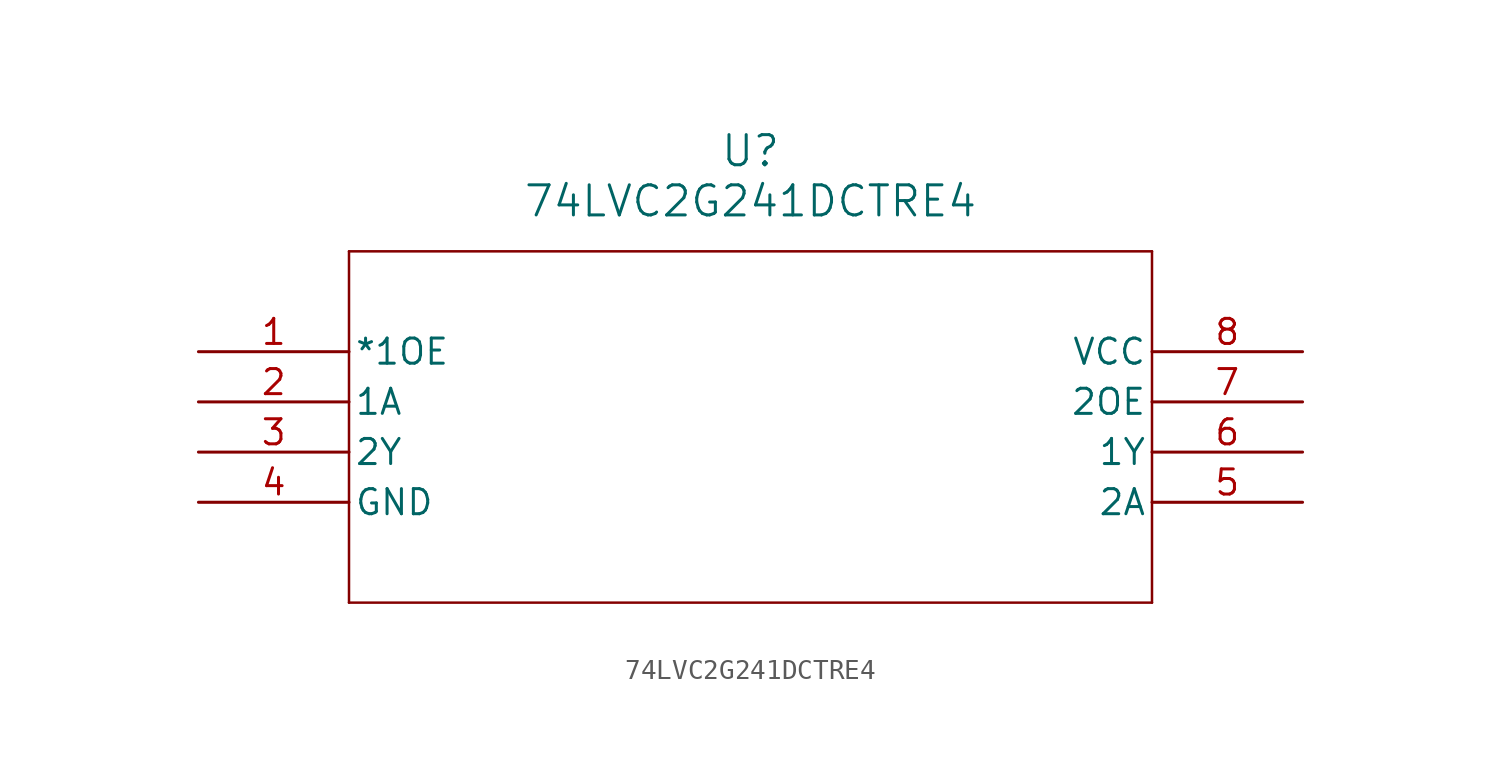
<source format=kicad_sym>
(kicad_symbol_lib
  (version 20211014)
  (generator kicad_symbol_editor)
  (symbol "74LVC2G241DCTRE4"
    (pin_names
      (offset 0.254))
    (property "Reference" "U"
      (at 27.94 10.16 0)
      (effects (font (size 1.524 1.524))))
    (property "Value" "74LVC2G241DCTRE4"
      (at 27.94 7.62 0)
      (effects (font (size 1.524 1.524))))
    (symbol "74LVC2G241DCTRE4_0_1"
      (polyline (pts (xy 7.62 5.08) (xy 7.62 -12.7)) (stroke (width 0.127) (type default) (color 0 0 0 0)) (fill (type none)))
      (polyline (pts (xy 7.62 -12.7) (xy 48.26 -12.7)) (stroke (width 0.127) (type default) (color 0 0 0 0)) (fill (type none)))
      (polyline (pts (xy 48.26 -12.7) (xy 48.26 5.08)) (stroke (width 0.127) (type default) (color 0 0 0 0)) (fill (type none)))
      (polyline (pts (xy 48.26 5.08) (xy 7.62 5.08)) (stroke (width 0.127) (type default) (color 0 0 0 0)) (fill (type none)))
      (pin input line (at 0 0 0) (length 7.62) (name "*1OE" (effects (font (size 1.27 1.27)))) (number "1" (effects (font (size 1.27 1.27)))))
      (pin input line (at 0 -2.54 0) (length 7.62) (name "1A" (effects (font (size 1.27 1.27)))) (number "2" (effects (font (size 1.27 1.27)))))
      (pin output line (at 0 -5.08 0) (length 7.62) (name "2Y" (effects (font (size 1.27 1.27)))) (number "3" (effects (font (size 1.27 1.27)))))
      (pin power_in line (at 0 -7.62 0) (length 7.62) (name "GND" (effects (font (size 1.27 1.27)))) (number "4" (effects (font (size 1.27 1.27)))))
      (pin input line (at 55.88 -7.62 180) (length 7.62) (name "2A" (effects (font (size 1.27 1.27)))) (number "5" (effects (font (size 1.27 1.27)))))
      (pin output line (at 55.88 -5.08 180) (length 7.62) (name "1Y" (effects (font (size 1.27 1.27)))) (number "6" (effects (font (size 1.27 1.27)))))
      (pin input line (at 55.88 -2.54 180) (length 7.62) (name "2OE" (effects (font (size 1.27 1.27)))) (number "7" (effects (font (size 1.27 1.27)))))
      (pin power_in line (at 55.88 0 180) (length 7.62) (name "VCC" (effects (font (size 1.27 1.27)))) (number "8" (effects (font (size 1.27 1.27))))))))
</source>
